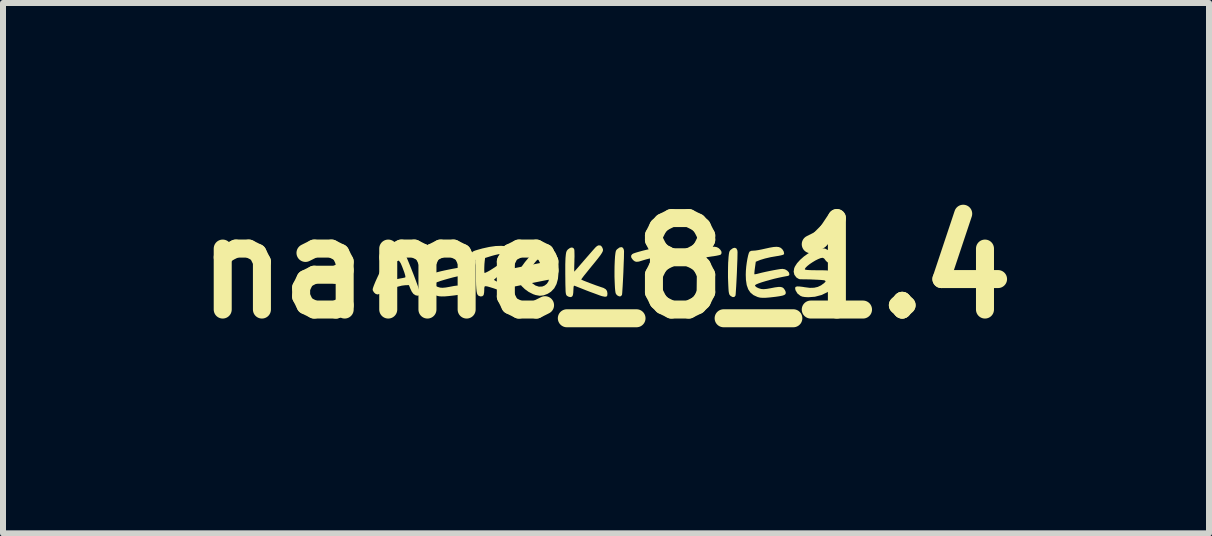
<source format=kicad_pcb>
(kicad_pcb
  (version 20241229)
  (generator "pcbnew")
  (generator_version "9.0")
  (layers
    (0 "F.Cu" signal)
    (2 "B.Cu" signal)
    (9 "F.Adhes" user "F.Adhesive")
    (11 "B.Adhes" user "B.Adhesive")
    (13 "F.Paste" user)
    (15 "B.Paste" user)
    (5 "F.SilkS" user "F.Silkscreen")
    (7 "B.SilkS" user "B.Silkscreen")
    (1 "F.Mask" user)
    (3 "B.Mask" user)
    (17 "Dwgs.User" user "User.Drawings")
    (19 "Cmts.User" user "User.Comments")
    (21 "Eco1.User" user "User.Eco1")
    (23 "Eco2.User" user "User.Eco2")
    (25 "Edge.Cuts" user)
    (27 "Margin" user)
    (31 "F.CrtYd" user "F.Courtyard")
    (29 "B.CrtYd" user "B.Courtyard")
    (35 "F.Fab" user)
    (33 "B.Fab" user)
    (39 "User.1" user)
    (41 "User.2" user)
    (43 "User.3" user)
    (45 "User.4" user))
  (footprint "name_8_1.4"
    (layer "F.Cu")
    (at 7.047 1.418)
    (property "Reference" "name_8_1.4" (at 0 0 0) (layer "F.SilkS") (effects (font (size 1.524 1.524) (thickness 0.3))))
    (attr board_only exclude_from_pos_files exclude_from_bom)
    (fp_poly (pts (xy 0.282 -0.339) (xy 0.297 -0.307) (xy 0.3 -0.279) (xy 0.299 -0.23) (xy 0.298 -0.167) (xy 0.295 -0.095) (xy 0.292 -0.015) (xy 0.289 0.067) (xy 0.285 0.149) (xy 0.281 0.228) (xy 0.277 0.3) (xy 0.273 0.361) (xy 0.27 0.408) (xy 0.267 0.438) (xy 0.265 0.447) (xy 0.246 0.468) (xy 0.219 0.47) (xy 0.188 0.454) (xy 0.179 0.446) (xy 0.17 0.434) (xy 0.162 0.421) (xy 0.157 0.402) (xy 0.153 0.373) (xy 0.149 0.331) (xy 0.146 0.273) (xy 0.144 0.224) (xy 0.141 0.143) (xy 0.141 0.054) (xy 0.142 -0.033) (xy 0.145 -0.109) (xy 0.146 -0.13) (xy 0.15 -0.194) (xy 0.155 -0.239) (xy 0.16 -0.27) (xy 0.166 -0.291) (xy 0.175 -0.305) (xy 0.185 -0.316) (xy 0.223 -0.344) (xy 0.257 -0.351)) (stroke (width 0) (type solid)) (fill yes) (layer "F.SilkS"))
    (fp_poly (pts (xy 2.173 -0.327) (xy 2.188 -0.296) (xy 2.191 -0.267) (xy 2.19 -0.218) (xy 2.189 -0.156) (xy 2.186 -0.083) (xy 2.183 -0.004) (xy 2.18 0.079) (xy 2.176 0.161) (xy 2.172 0.24) (xy 2.168 0.311) (xy 2.164 0.372) (xy 2.161 0.42) (xy 2.158 0.45) (xy 2.156 0.458) (xy 2.137 0.48) (xy 2.11 0.482) (xy 2.079 0.465) (xy 2.07 0.457) (xy 2.06 0.446) (xy 2.053 0.433) (xy 2.048 0.414) (xy 2.043 0.385) (xy 2.04 0.343) (xy 2.037 0.284) (xy 2.035 0.235) (xy 2.032 0.154) (xy 2.032 0.066) (xy 2.033 -0.021) (xy 2.035 -0.097) (xy 2.037 -0.118) (xy 2.041 -0.182) (xy 2.046 -0.228) (xy 2.051 -0.259) (xy 2.057 -0.279) (xy 2.066 -0.294) (xy 2.076 -0.305) (xy 2.114 -0.333) (xy 2.147 -0.34)) (stroke (width 0) (type solid)) (fill yes) (layer "F.SilkS"))
    (fp_poly (pts (xy 1.846 -0.35) (xy 1.879 -0.332) (xy 1.905 -0.306) (xy 1.922 -0.278) (xy 1.925 -0.251) (xy 1.914 -0.229) (xy 1.9 -0.221) (xy 1.876 -0.215) (xy 1.838 -0.207) (xy 1.79 -0.199) (xy 1.773 -0.197) (xy 1.673 -0.182) (xy 1.667 -0.111) (xy 1.664 -0.078) (xy 1.661 -0.027) (xy 1.657 0.039) (xy 1.653 0.112) (xy 1.649 0.19) (xy 1.649 0.206) (xy 1.644 0.28) (xy 1.64 0.347) (xy 1.635 0.404) (xy 1.63 0.446) (xy 1.626 0.471) (xy 1.625 0.474) (xy 1.604 0.493) (xy 1.576 0.492) (xy 1.544 0.472) (xy 1.538 0.467) (xy 1.509 0.438) (xy 1.516 -0.15) (xy 1.482 -0.143) (xy 1.451 -0.135) (xy 1.41 -0.123) (xy 1.384 -0.114) (xy 1.332 -0.099) (xy 1.294 -0.094) (xy 1.266 -0.101) (xy 1.24 -0.119) (xy 1.233 -0.126) (xy 1.206 -0.162) (xy 1.201 -0.194) (xy 1.219 -0.222) (xy 1.241 -0.233) (xy 1.281 -0.248) (xy 1.336 -0.264) (xy 1.402 -0.281) (xy 1.474 -0.299) (xy 1.55 -0.316) (xy 1.623 -0.331) (xy 1.692 -0.343) (xy 1.751 -0.352) (xy 1.797 -0.357) (xy 1.809 -0.357)) (stroke (width 0) (type solid)) (fill yes) (layer "F.SilkS"))
    (fp_poly (pts (xy 1.062 -0.362) (xy 1.095 -0.343) (xy 1.121 -0.318) (xy 1.137 -0.289) (xy 1.141 -0.262) (xy 1.13 -0.241) (xy 1.116 -0.232) (xy 1.092 -0.226) (xy 1.054 -0.219) (xy 1.006 -0.211) (xy 0.989 -0.208) (xy 0.889 -0.194) (xy 0.883 -0.123) (xy 0.88 -0.09) (xy 0.877 -0.038) (xy 0.873 0.027) (xy 0.869 0.101) (xy 0.865 0.179) (xy 0.865 0.194) (xy 0.86 0.269) (xy 0.856 0.336) (xy 0.851 0.393) (xy 0.846 0.435) (xy 0.842 0.459) (xy 0.841 0.462) (xy 0.82 0.481) (xy 0.792 0.481) (xy 0.76 0.461) (xy 0.754 0.455) (xy 0.725 0.426) (xy 0.729 0.132) (xy 0.732 -0.162) (xy 0.698 -0.154) (xy 0.667 -0.146) (xy 0.626 -0.134) (xy 0.6 -0.126) (xy 0.548 -0.11) (xy 0.51 -0.106) (xy 0.482 -0.112) (xy 0.456 -0.131) (xy 0.449 -0.137) (xy 0.422 -0.174) (xy 0.417 -0.206) (xy 0.435 -0.233) (xy 0.457 -0.245) (xy 0.497 -0.259) (xy 0.552 -0.275) (xy 0.618 -0.293) (xy 0.69 -0.31) (xy 0.766 -0.327) (xy 0.839 -0.342) (xy 0.908 -0.355) (xy 0.967 -0.364) (xy 1.013 -0.369) (xy 1.025 -0.369)) (stroke (width 0) (type solid)) (fill yes) (layer "F.SilkS"))
    (fp_poly (pts (xy -0.938 -0.337) (xy -0.884 -0.304) (xy -0.872 -0.293) (xy -0.847 -0.263) (xy -0.829 -0.227) (xy -0.815 -0.182) (xy -0.805 -0.122) (xy -0.797 -0.047) (xy -0.792 0.075) (xy -0.801 0.178) (xy -0.825 0.265) (xy -0.863 0.336) (xy -0.916 0.391) (xy -0.97 0.426) (xy -1.04 0.453) (xy -1.105 0.46) (xy -1.172 0.448) (xy -1.213 0.434) (xy -1.287 0.397) (xy -1.352 0.35) (xy -1.404 0.3) (xy -1.426 0.269) (xy -1.45 0.208) (xy -1.458 0.138) (xy -1.453 0.1) (xy -1.29 0.1) (xy -1.287 0.161) (xy -1.262 0.215) (xy -1.232 0.249) (xy -1.176 0.289) (xy -1.118 0.308) (xy -1.063 0.306) (xy -1.022 0.289) (xy -0.985 0.259) (xy -0.959 0.219) (xy -0.944 0.166) (xy -0.936 0.095) (xy -0.936 0.094) (xy -0.936 0.005) (xy -0.947 -0.07) (xy -0.967 -0.127) (xy -0.987 -0.156) (xy -1.01 -0.176) (xy -1.033 -0.183) (xy -1.064 -0.181) (xy -1.095 -0.174) (xy -1.121 -0.159) (xy -1.152 -0.132) (xy -1.168 -0.115) (xy -1.23 -0.038) (xy -1.271 0.034) (xy -1.29 0.1) (xy -1.453 0.1) (xy -1.449 0.066) (xy -1.442 0.042) (xy -1.424 0.004) (xy -1.393 -0.044) (xy -1.352 -0.1) (xy -1.305 -0.157) (xy -1.257 -0.212) (xy -1.21 -0.261) (xy -1.169 -0.298) (xy -1.14 -0.318) (xy -1.07 -0.344) (xy -1.001 -0.351)) (stroke (width 0) (type solid)) (fill yes) (layer "F.SilkS"))
    (fp_poly (pts (xy -3.442 -0.35) (xy -3.403 -0.317) (xy -3.403 -0.317) (xy -3.386 -0.298) (xy -3.372 -0.279) (xy -3.359 -0.257) (xy -3.344 -0.229) (xy -3.328 -0.192) (xy -3.307 -0.143) (xy -3.28 -0.078) (xy -3.253 -0.011) (xy -3.204 0.113) (xy -3.165 0.217) (xy -3.135 0.299) (xy -3.115 0.362) (xy -3.104 0.403) (xy -3.101 0.421) (xy -3.11 0.447) (xy -3.133 0.459) (xy -3.169 0.453) (xy -3.176 0.45) (xy -3.209 0.429) (xy -3.237 0.391) (xy -3.261 0.34) (xy -3.284 0.282) (xy -3.345 0.284) (xy -3.402 0.291) (xy -3.476 0.31) (xy -3.562 0.34) (xy -3.658 0.38) (xy -3.688 0.394) (xy -3.734 0.413) (xy -3.774 0.429) (xy -3.803 0.437) (xy -3.81 0.438) (xy -3.839 0.428) (xy -3.866 0.404) (xy -3.885 0.373) (xy -3.888 0.354) (xy -3.883 0.33) (xy -3.868 0.288) (xy -3.846 0.234) (xy -3.841 0.222) (xy -3.656 0.222) (xy -3.629 0.214) (xy -3.607 0.209) (xy -3.569 0.2) (xy -3.52 0.19) (xy -3.482 0.182) (xy -3.431 0.172) (xy -3.387 0.164) (xy -3.357 0.157) (xy -3.347 0.155) (xy -3.342 0.146) (xy -3.346 0.121) (xy -3.358 0.079) (xy -3.372 0.04) (xy -3.398 -0.029) (xy -3.419 -0.078) (xy -3.438 -0.109) (xy -3.454 -0.124) (xy -3.464 -0.127) (xy -3.485 -0.116) (xy -3.512 -0.085) (xy -3.542 -0.037) (xy -3.575 0.028) (xy -3.61 0.107) (xy -3.632 0.16) (xy -3.656 0.222) (xy -3.841 0.222) (xy -3.817 0.169) (xy -3.784 0.098) (xy -3.748 0.023) (xy -3.711 -0.052) (xy -3.674 -0.124) (xy -3.639 -0.189) (xy -3.607 -0.244) (xy -3.582 -0.286) (xy -3.563 -0.311) (xy -3.521 -0.347) (xy -3.481 -0.36)) (stroke (width 0) (type solid)) (fill yes) (layer "F.SilkS"))
    (fp_poly (pts (xy 3.652 -0.325) (xy 3.701 -0.3) (xy 3.735 -0.263) (xy 3.75 -0.228) (xy 3.758 -0.186) (xy 3.758 -0.145) (xy 3.75 -0.114) (xy 3.745 -0.106) (xy 3.717 -0.092) (xy 3.688 -0.099) (xy 3.661 -0.125) (xy 3.656 -0.133) (xy 3.632 -0.163) (xy 3.607 -0.173) (xy 3.605 -0.173) (xy 3.574 -0.167) (xy 3.534 -0.151) (xy 3.488 -0.128) (xy 3.44 -0.099) (xy 3.395 -0.069) (xy 3.356 -0.038) (xy 3.328 -0.011) (xy 3.313 0.011) (xy 3.313 0.021) (xy 3.325 0.026) (xy 3.355 0.03) (xy 3.403 0.033) (xy 3.472 0.034) (xy 3.523 0.035) (xy 3.608 0.035) (xy 3.673 0.037) (xy 3.721 0.042) (xy 3.758 0.05) (xy 3.785 0.061) (xy 3.807 0.077) (xy 3.823 0.094) (xy 3.852 0.141) (xy 3.858 0.192) (xy 3.842 0.246) (xy 3.806 0.302) (xy 3.776 0.333) (xy 3.689 0.4) (xy 3.59 0.447) (xy 3.48 0.476) (xy 3.372 0.484) (xy 3.313 0.481) (xy 3.27 0.474) (xy 3.239 0.461) (xy 3.19 0.423) (xy 3.159 0.372) (xy 3.152 0.347) (xy 3.151 0.325) (xy 3.161 0.311) (xy 3.184 0.304) (xy 3.222 0.305) (xy 3.28 0.312) (xy 3.309 0.317) (xy 3.396 0.328) (xy 3.467 0.326) (xy 3.528 0.312) (xy 3.583 0.286) (xy 3.599 0.274) (xy 3.636 0.246) (xy 3.655 0.227) (xy 3.657 0.215) (xy 3.644 0.205) (xy 3.64 0.203) (xy 3.621 0.2) (xy 3.582 0.196) (xy 3.529 0.193) (xy 3.464 0.19) (xy 3.392 0.187) (xy 3.317 0.186) (xy 3.243 0.185) (xy 3.231 0.185) (xy 3.207 0.177) (xy 3.177 0.159) (xy 3.17 0.153) (xy 3.138 0.11) (xy 3.126 0.058) (xy 3.135 0.001) (xy 3.147 -0.027) (xy 3.183 -0.083) (xy 3.235 -0.14) (xy 3.298 -0.196) (xy 3.369 -0.246) (xy 3.441 -0.287) (xy 3.512 -0.317) (xy 3.575 -0.333) (xy 3.597 -0.334)) (stroke (width 0) (type solid)) (fill yes) (layer "F.SilkS"))
    (fp_poly (pts (xy -2.471 -0.375) (xy -2.441 -0.363) (xy -2.433 -0.357) (xy -2.406 -0.331) (xy -2.389 -0.299) (xy -2.382 -0.269) (xy -2.386 -0.254) (xy -2.401 -0.246) (xy -2.433 -0.237) (xy -2.477 -0.228) (xy -2.503 -0.224) (xy -2.607 -0.206) (xy -2.702 -0.184) (xy -2.78 -0.16) (xy -2.808 -0.149) (xy -2.854 -0.13) (xy -2.869 -0.029) (xy -2.875 0.017) (xy -2.878 0.053) (xy -2.878 0.075) (xy -2.878 0.078) (xy -2.864 0.078) (xy -2.835 0.073) (xy -2.805 0.065) (xy -2.754 0.052) (xy -2.692 0.038) (xy -2.625 0.024) (xy -2.559 0.011) (xy -2.498 -0.000177) (xy -2.448 -0.008) (xy -2.414 -0.011) (xy -2.409 -0.012) (xy -2.368 -0.004) (xy -2.331 0.017) (xy -2.305 0.045) (xy -2.294 0.075) (xy -2.298 0.094) (xy -2.315 0.105) (xy -2.338 0.109) (xy -2.402 0.121) (xy -2.473 0.136) (xy -2.547 0.153) (xy -2.621 0.173) (xy -2.692 0.193) (xy -2.755 0.212) (xy -2.807 0.23) (xy -2.845 0.246) (xy -2.866 0.259) (xy -2.868 0.262) (xy -2.862 0.278) (xy -2.839 0.296) (xy -2.805 0.312) (xy -2.764 0.324) (xy -2.723 0.327) (xy -2.67 0.322) (xy -2.607 0.311) (xy -2.535 0.297) (xy -2.481 0.29) (xy -2.442 0.29) (xy -2.415 0.296) (xy -2.394 0.31) (xy -2.39 0.314) (xy -2.369 0.343) (xy -2.358 0.369) (xy -2.355 0.392) (xy -2.362 0.41) (xy -2.38 0.424) (xy -2.413 0.435) (xy -2.464 0.445) (xy -2.527 0.454) (xy -2.615 0.464) (xy -2.684 0.47) (xy -2.739 0.471) (xy -2.782 0.468) (xy -2.818 0.459) (xy -2.828 0.456) (xy -2.893 0.425) (xy -2.944 0.384) (xy -2.981 0.329) (xy -3.005 0.259) (xy -3.019 0.172) (xy -3.022 0.086) (xy -3.02 0.021) (xy -3.014 -0.049) (xy -3.005 -0.118) (xy -2.994 -0.182) (xy -2.982 -0.237) (xy -2.969 -0.278) (xy -2.957 -0.299) (xy -2.931 -0.312) (xy -2.891 -0.315) (xy -2.86 -0.317) (xy -2.814 -0.324) (xy -2.758 -0.335) (xy -2.704 -0.347) (xy -2.622 -0.366) (xy -2.558 -0.376) (xy -2.508 -0.379)) (stroke (width 0) (type solid)) (fill yes) (layer "F.SilkS"))
    (fp_poly (pts (xy 2.879 -0.352) (xy 2.908 -0.34) (xy 2.917 -0.334) (xy 2.943 -0.308) (xy 2.961 -0.276) (xy 2.967 -0.245) (xy 2.963 -0.231) (xy 2.949 -0.223) (xy 2.917 -0.214) (xy 2.873 -0.205) (xy 2.846 -0.201) (xy 2.742 -0.183) (xy 2.648 -0.161) (xy 2.569 -0.137) (xy 2.542 -0.126) (xy 2.495 -0.107) (xy 2.481 -0.006) (xy 2.475 0.04) (xy 2.472 0.076) (xy 2.471 0.098) (xy 2.472 0.101) (xy 2.486 0.101) (xy 2.514 0.096) (xy 2.545 0.088) (xy 2.596 0.075) (xy 2.658 0.061) (xy 2.725 0.047) (xy 2.791 0.034) (xy 2.852 0.023) (xy 2.902 0.015) (xy 2.936 0.012) (xy 2.941 0.012) (xy 2.981 0.019) (xy 3.018 0.04) (xy 3.045 0.068) (xy 3.055 0.099) (xy 3.051 0.117) (xy 3.035 0.128) (xy 3.012 0.132) (xy 2.948 0.144) (xy 2.877 0.159) (xy 2.803 0.176) (xy 2.729 0.196) (xy 2.658 0.216) (xy 2.595 0.235) (xy 2.543 0.253) (xy 2.504 0.269) (xy 2.484 0.282) (xy 2.482 0.285) (xy 2.488 0.301) (xy 2.51 0.319) (xy 2.545 0.335) (xy 2.586 0.347) (xy 2.626 0.35) (xy 2.68 0.345) (xy 2.743 0.334) (xy 2.815 0.32) (xy 2.869 0.313) (xy 2.907 0.313) (xy 2.935 0.319) (xy 2.956 0.333) (xy 2.96 0.337) (xy 2.981 0.366) (xy 2.992 0.392) (xy 2.995 0.415) (xy 2.988 0.433) (xy 2.97 0.447) (xy 2.937 0.458) (xy 2.886 0.468) (xy 2.823 0.477) (xy 2.735 0.487) (xy 2.665 0.493) (xy 2.611 0.494) (xy 2.567 0.491) (xy 2.531 0.482) (xy 2.522 0.479) (xy 2.457 0.449) (xy 2.406 0.407) (xy 2.369 0.352) (xy 2.344 0.282) (xy 2.331 0.195) (xy 2.328 0.109) (xy 2.33 0.044) (xy 2.336 -0.026) (xy 2.345 -0.095) (xy 2.356 -0.159) (xy 2.368 -0.214) (xy 2.38 -0.254) (xy 2.392 -0.276) (xy 2.419 -0.289) (xy 2.459 -0.292) (xy 2.489 -0.294) (xy 2.536 -0.301) (xy 2.592 -0.312) (xy 2.646 -0.324) (xy 2.728 -0.342) (xy 2.792 -0.353) (xy 2.841 -0.356)) (stroke (width 0) (type solid)) (fill yes) (layer "F.SilkS"))
    (fp_poly (pts (xy -0.088 -0.376) (xy -0.07 -0.357) (xy -0.062 -0.342) (xy -0.055 -0.326) (xy -0.051 -0.312) (xy -0.051 -0.296) (xy -0.056 -0.278) (xy -0.068 -0.255) (xy -0.088 -0.224) (xy -0.117 -0.185) (xy -0.157 -0.134) (xy -0.208 -0.071) (xy -0.273 0.008) (xy -0.292 0.032) (xy -0.333 0.083) (xy -0.368 0.126) (xy -0.394 0.161) (xy -0.41 0.183) (xy -0.413 0.189) (xy -0.398 0.197) (xy -0.366 0.211) (xy -0.322 0.228) (xy -0.271 0.248) (xy -0.217 0.268) (xy -0.166 0.287) (xy -0.122 0.302) (xy -0.096 0.311) (xy -0.04 0.33) (xy -0.004 0.352) (xy 0.016 0.38) (xy 0.023 0.417) (xy 0.023 0.428) (xy 0.02 0.458) (xy 0.007 0.473) (xy -0.018 0.476) (xy -0.06 0.468) (xy -0.075 0.464) (xy -0.102 0.455) (xy -0.145 0.439) (xy -0.202 0.418) (xy -0.268 0.394) (xy -0.338 0.367) (xy -0.408 0.339) (xy -0.474 0.313) (xy -0.527 0.292) (xy -0.536 0.295) (xy -0.541 0.316) (xy -0.543 0.353) (xy -0.546 0.411) (xy -0.552 0.449) (xy -0.564 0.471) (xy -0.583 0.481) (xy -0.589 0.482) (xy -0.62 0.477) (xy -0.647 0.463) (xy -0.656 0.455) (xy -0.662 0.446) (xy -0.667 0.433) (xy -0.671 0.413) (xy -0.674 0.383) (xy -0.675 0.339) (xy -0.677 0.279) (xy -0.678 0.2) (xy -0.678 0.177) (xy -0.679 0.094) (xy -0.679 0.013) (xy -0.679 -0.062) (xy -0.677 -0.126) (xy -0.675 -0.173) (xy -0.674 -0.184) (xy -0.669 -0.233) (xy -0.663 -0.266) (xy -0.654 -0.289) (xy -0.639 -0.308) (xy -0.633 -0.314) (xy -0.599 -0.338) (xy -0.567 -0.345) (xy -0.542 -0.334) (xy -0.529 -0.311) (xy -0.527 -0.29) (xy -0.526 -0.25) (xy -0.525 -0.197) (xy -0.527 -0.136) (xy -0.527 -0.11) (xy -0.529 -0.05) (xy -0.53 0.000009) (xy -0.53 0.036) (xy -0.529 0.056) (xy -0.528 0.058) (xy -0.519 0.047) (xy -0.495 0.02) (xy -0.459 -0.021) (xy -0.412 -0.076) (xy -0.354 -0.143) (xy -0.287 -0.22) (xy -0.212 -0.306) (xy -0.21 -0.308) (xy -0.176 -0.346) (xy -0.151 -0.368) (xy -0.129 -0.379) (xy -0.114 -0.38)) (stroke (width 0) (type solid)) (fill yes) (layer "F.SilkS"))
    (fp_poly (pts (xy -1.66 -0.365) (xy -1.59 -0.348) (xy -1.535 -0.322) (xy -1.497 -0.286) (xy -1.478 -0.241) (xy -1.476 -0.219) (xy -1.479 -0.186) (xy -1.49 -0.153) (xy -1.511 -0.119) (xy -1.543 -0.081) (xy -1.588 -0.037) (xy -1.648 0.015) (xy -1.726 0.077) (xy -1.744 0.091) (xy -1.789 0.127) (xy -1.827 0.158) (xy -1.854 0.181) (xy -1.867 0.194) (xy -1.867 0.195) (xy -1.857 0.202) (xy -1.831 0.217) (xy -1.792 0.237) (xy -1.75 0.258) (xy -1.673 0.297) (xy -1.619 0.333) (xy -1.584 0.365) (xy -1.57 0.394) (xy -1.57 0.406) (xy -1.578 0.426) (xy -1.597 0.434) (xy -1.628 0.43) (xy -1.676 0.413) (xy -1.705 0.4) (xy -1.757 0.378) (xy -1.815 0.356) (xy -1.874 0.335) (xy -1.929 0.318) (xy -1.974 0.305) (xy -2.004 0.3) (xy -2.007 0.3) (xy -2.02 0.303) (xy -2.026 0.315) (xy -2.029 0.342) (xy -2.029 0.364) (xy -2.031 0.404) (xy -2.037 0.437) (xy -2.041 0.45) (xy -2.062 0.468) (xy -2.093 0.471) (xy -2.125 0.459) (xy -2.126 0.458) (xy -2.139 0.444) (xy -2.149 0.422) (xy -2.156 0.389) (xy -2.161 0.343) (xy -2.165 0.281) (xy -2.167 0.201) (xy -2.167 0.113) (xy -2.167 0.021) (xy -2.029 0.021) (xy -2.028 0.056) (xy -2.025 0.077) (xy -2.023 0.081) (xy -2.01 0.076) (xy -1.984 0.064) (xy -1.968 0.056) (xy -1.934 0.037) (xy -1.888 0.008) (xy -1.835 -0.027) (xy -1.781 -0.064) (xy -1.731 -0.099) (xy -1.691 -0.129) (xy -1.669 -0.148) (xy -1.643 -0.18) (xy -1.639 -0.207) (xy -1.654 -0.227) (xy -1.688 -0.238) (xy -1.74 -0.24) (xy -1.752 -0.239) (xy -1.793 -0.232) (xy -1.847 -0.22) (xy -1.902 -0.205) (xy -1.915 -0.201) (xy -2.015 -0.17) (xy -2.022 -0.111) (xy -2.026 -0.068) (xy -2.028 -0.022) (xy -2.029 0.021) (xy -2.167 0.021) (xy -2.168 -0.126) (xy -2.197 -0.157) (xy -2.224 -0.197) (xy -2.236 -0.236) (xy -2.233 -0.26) (xy -2.225 -0.271) (xy -2.209 -0.282) (xy -2.18 -0.294) (xy -2.137 -0.307) (xy -2.076 -0.324) (xy -2.058 -0.329) (xy -1.944 -0.354) (xy -1.839 -0.369) (xy -1.744 -0.372)) (stroke (width 0) (type solid)) (fill yes) (layer "F.SilkS")))
  (gr_rect
    (start -3 -3)
    (end 17.093 5.836)
    (stroke (width 0.1) (type default))
    (fill no)
    (layer "Edge.Cuts")))
</source>
